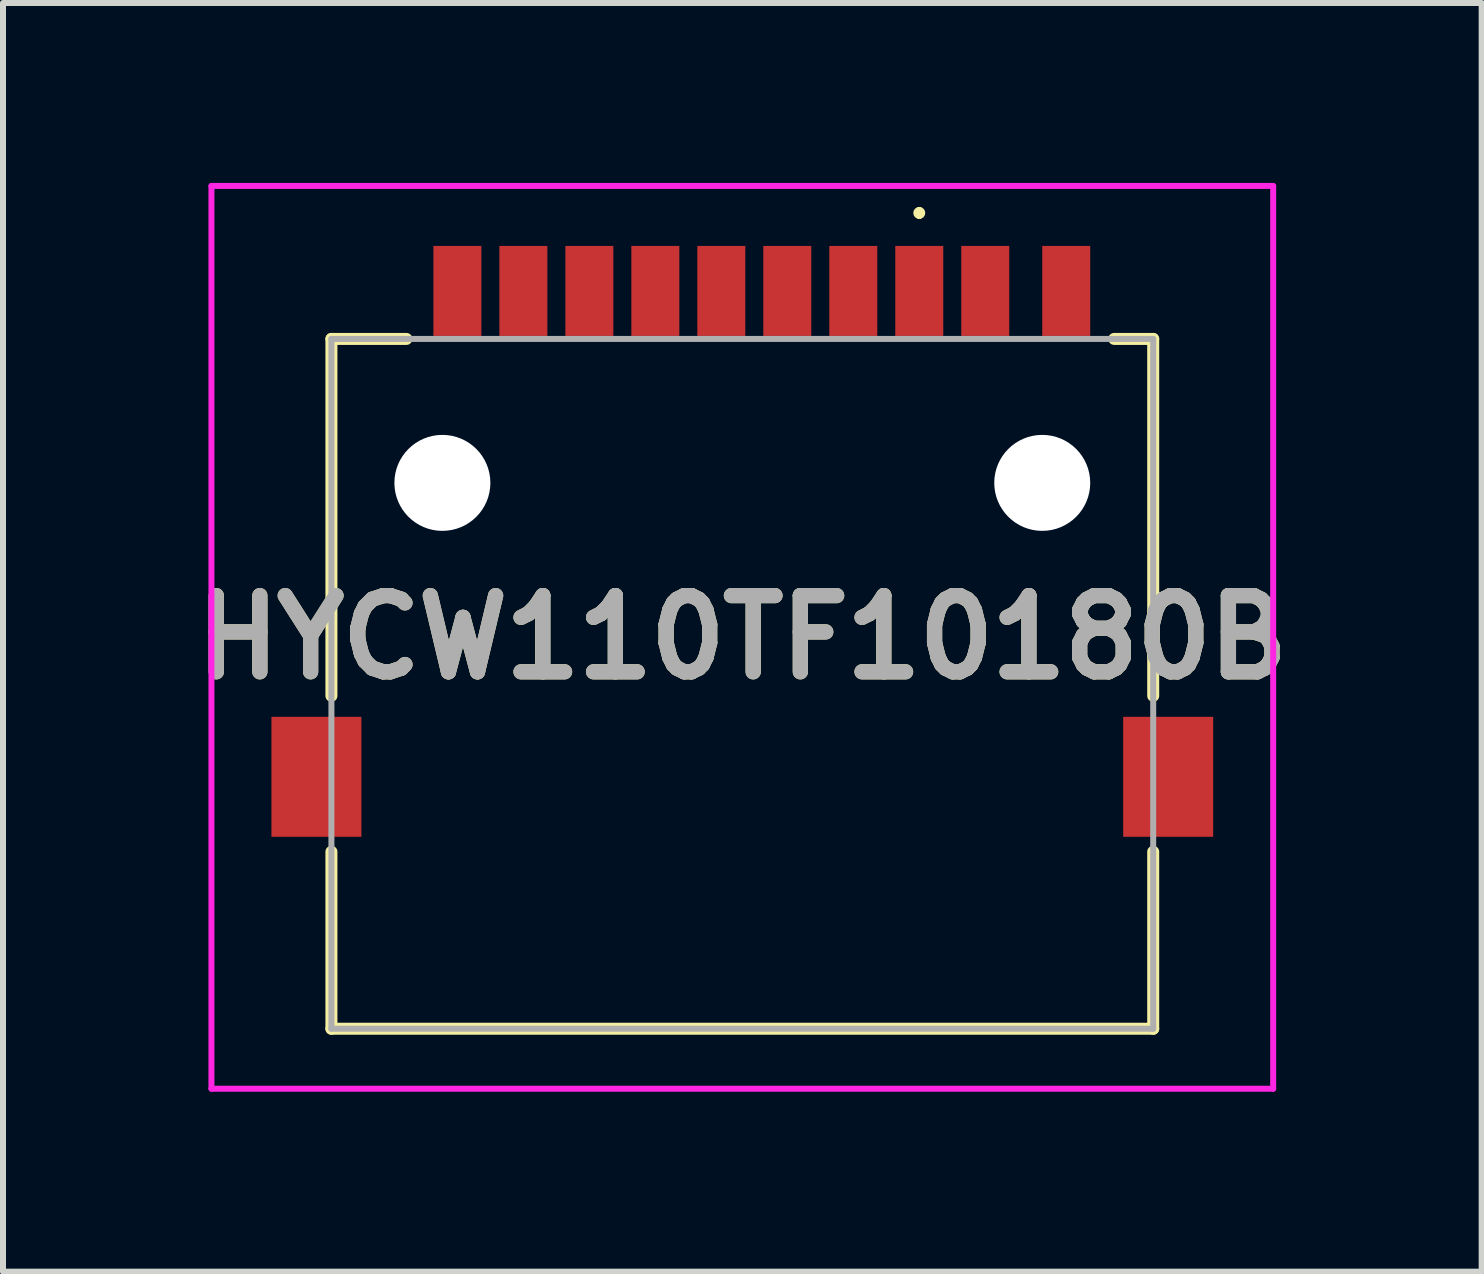
<source format=kicad_pcb>
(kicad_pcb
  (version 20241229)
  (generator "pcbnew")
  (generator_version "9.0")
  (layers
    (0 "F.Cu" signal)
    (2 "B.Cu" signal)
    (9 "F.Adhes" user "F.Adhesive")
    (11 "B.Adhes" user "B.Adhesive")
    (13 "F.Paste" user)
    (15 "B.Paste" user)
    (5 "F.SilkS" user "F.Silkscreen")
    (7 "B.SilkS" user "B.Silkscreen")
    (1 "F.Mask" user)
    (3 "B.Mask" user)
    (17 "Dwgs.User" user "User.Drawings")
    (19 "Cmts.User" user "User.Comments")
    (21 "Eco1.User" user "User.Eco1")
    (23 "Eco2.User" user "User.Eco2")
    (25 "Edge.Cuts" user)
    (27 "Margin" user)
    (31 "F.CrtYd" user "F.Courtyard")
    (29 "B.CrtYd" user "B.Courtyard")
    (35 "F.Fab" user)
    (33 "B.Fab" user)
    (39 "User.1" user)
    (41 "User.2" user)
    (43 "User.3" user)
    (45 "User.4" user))
  (footprint "HYCW110TF10180B"
    (layer "F.Cu")
    (at 9.325 8.35)
    (property "Reference" "HYCW110TF10180B" (at 0 -0.775 0) (layer "F.SilkS") (effects (font (size 1.27 1.27) (thickness 0.254))))
    (attr through_hole)
    (fp_line (start -6.85 -5.75) (end -6.85 0.2) (stroke (width 0.2) (type solid)) (layer "F.SilkS"))
    (fp_line (start -6.85 2.8) (end -6.85 5.75) (stroke (width 0.2) (type solid)) (layer "F.SilkS"))
    (fp_line (start -6.85 5.75) (end 6.85 5.75) (stroke (width 0.2) (type solid)) (layer "F.SilkS"))
    (fp_line (start -5.6 -5.75) (end -6.85 -5.75) (stroke (width 0.2) (type solid)) (layer "F.SilkS"))
    (fp_line (start 2.95 -7.9) (end 2.95 -7.9) (stroke (width 0.1) (type solid)) (layer "F.SilkS"))
    (fp_line (start 2.95 -7.8) (end 2.95 -7.8) (stroke (width 0.1) (type solid)) (layer "F.SilkS"))
    (fp_line (start 6.85 -5.75) (end 6.2 -5.75) (stroke (width 0.2) (type solid)) (layer "F.SilkS"))
    (fp_line (start 6.85 0.2) (end 6.85 -5.75) (stroke (width 0.2) (type solid)) (layer "F.SilkS"))
    (fp_line (start 6.85 5.75) (end 6.85 2.8) (stroke (width 0.2) (type solid)) (layer "F.SilkS"))
    (fp_arc (start 2.95 -7.9) (mid 3 -7.85) (end 2.95 -7.8) (stroke (width 0.1) (type solid)) (layer "F.SilkS"))
    (fp_arc (start 2.95 -7.8) (mid 2.9 -7.85) (end 2.95 -7.9) (stroke (width 0.1) (type solid)) (layer "F.SilkS"))
    (fp_line (start -8.85 -8.3) (end 8.85 -8.3) (stroke (width 0.1) (type solid)) (layer "F.CrtYd"))
    (fp_line (start -8.85 6.75) (end -8.85 -8.3) (stroke (width 0.1) (type solid)) (layer "F.CrtYd"))
    (fp_line (start 8.85 -8.3) (end 8.85 6.75) (stroke (width 0.1) (type solid)) (layer "F.CrtYd"))
    (fp_line (start 8.85 6.75) (end -8.85 6.75) (stroke (width 0.1) (type solid)) (layer "F.CrtYd"))
    (fp_line (start -6.85 -5.75) (end -6.85 5.75) (stroke (width 0.1) (type solid)) (layer "F.Fab"))
    (fp_line (start -6.85 5.75) (end 6.85 5.75) (stroke (width 0.1) (type solid)) (layer "F.Fab"))
    (fp_line (start 6.85 -5.75) (end -6.85 -5.75) (stroke (width 0.1) (type solid)) (layer "F.Fab"))
    (fp_line (start 6.85 5.75) (end 6.85 -5.75) (stroke (width 0.1) (type solid)) (layer "F.Fab"))
    (fp_text user "${REFERENCE}" (at 0 -0.775 0) (layer "F.Fab") (effects (font (size 1.27 1.27) (thickness 0.254))))
    (pad "" np_thru_hole circle (at -5 -3.35) (size 1.6 1.6) (drill 1.6) (layers "*.Cu" "*.Mask"))
    (pad "" np_thru_hole circle (at 5 -3.35) (size 1.6 1.6) (drill 1.6) (layers "*.Cu" "*.Mask"))
    (pad "1" smd rect (at 2.95 -6.55) (size 0.8 1.5) (layers "F.Cu" "F.Mask" "F.Paste"))
    (pad "2" smd rect (at 1.85 -6.55) (size 0.8 1.5) (layers "F.Cu" "F.Mask" "F.Paste"))
    (pad "3" smd rect (at 0.75 -6.55) (size 0.8 1.5) (layers "F.Cu" "F.Mask" "F.Paste"))
    (pad "4" smd rect (at -0.35 -6.55) (size 0.8 1.5) (layers "F.Cu" "F.Mask" "F.Paste"))
    (pad "5" smd rect (at -1.45 -6.55) (size 0.8 1.5) (layers "F.Cu" "F.Mask" "F.Paste"))
    (pad "6" smd rect (at -2.55 -6.55) (size 0.8 1.5) (layers "F.Cu" "F.Mask" "F.Paste"))
    (pad "7" smd rect (at -3.65 -6.55) (size 0.8 1.5) (layers "F.Cu" "F.Mask" "F.Paste"))
    (pad "8" smd rect (at -4.75 -6.55) (size 0.8 1.5) (layers "F.Cu" "F.Mask" "F.Paste"))
    (pad "9" smd rect (at 5.4 -6.55) (size 0.8 1.5) (layers "F.Cu" "F.Mask" "F.Paste"))
    (pad "10" smd rect (at 4.05 -6.55) (size 0.8 1.5) (layers "F.Cu" "F.Mask" "F.Paste"))
    (pad "G1" smd rect (at 7.1 1.55) (size 1.5 2) (layers "F.Cu" "F.Mask" "F.Paste"))
    (pad "G2" smd rect (at -7.1 1.55) (size 1.5 2) (layers "F.Cu" "F.Mask" "F.Paste")))
  (gr_rect
    (start -3 -3)
    (end 21.651 18.15)
    (stroke (width 0.1) (type default))
    (fill no)
    (layer "Edge.Cuts")))
</source>
